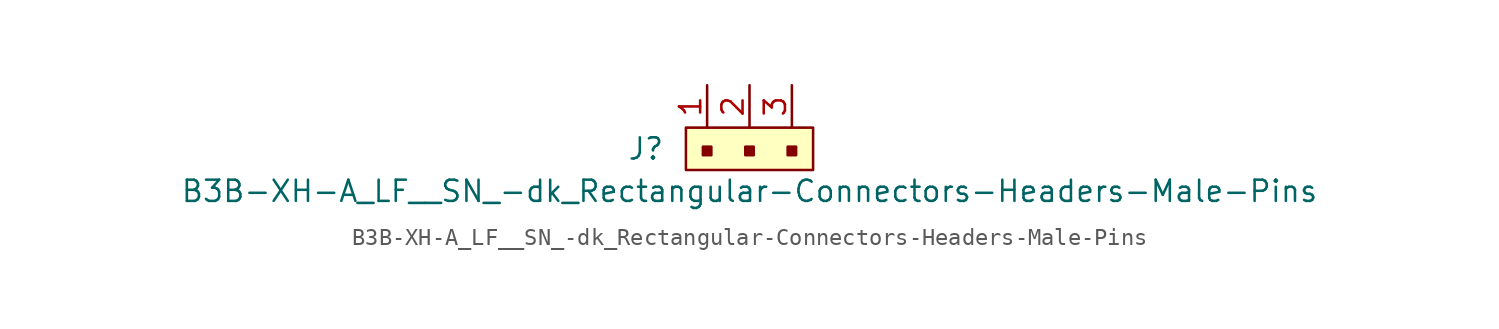
<source format=kicad_sym>
(kicad_symbol_lib
  (version 20220914)
  (generator kicad_symbol_editor)
  (symbol "B3B-XH-A_LF__SN_-dk_Rectangular-Connectors-Headers-Male-Pins"
    (pin_names
      (offset 1.016) hide)
    (property "Reference" "J"
      (at -2.54 -1.27 0)
      (effects (font (size 1.27 1.27)) (justify right)))
    (property "Value" "B3B-XH-A_LF__SN_-dk_Rectangular-Connectors-Headers-Male-Pins"
      (at 2.54 -3.81 0)
      (effects (font (size 1.27 1.27))))
    (symbol "B3B-XH-A_LF__SN_-dk_Rectangular-Connectors-Headers-Male-Pins_1_1"
      (rectangle (start -1.27 0) (end 6.35 -2.54) (stroke (width 0) (type solid)) (fill (type background)))
      (rectangle (start -0.254 -1.143) (end 0.254 -1.651) (stroke (width 0) (type solid)) (fill (type outline)))
      (rectangle (start 2.286 -1.143) (end 2.794 -1.651) (stroke (width 0) (type solid)) (fill (type outline)))
      (rectangle (start 4.826 -1.143) (end 5.334 -1.651) (stroke (width 0) (type solid)) (fill (type outline)))
      (pin passive line (at 0 2.54 270) (length 2.54) (name "~" (effects (font (size 1.27 1.27)))) (number "1" (effects (font (size 1.27 1.27)))))
      (pin passive line (at 2.54 2.54 270) (length 2.54) (name "~" (effects (font (size 1.27 1.27)))) (number "2" (effects (font (size 1.27 1.27)))))
      (pin passive line (at 5.08 2.54 270) (length 2.54) (name "~" (effects (font (size 1.27 1.27)))) (number "3" (effects (font (size 1.27 1.27))))))))
</source>
